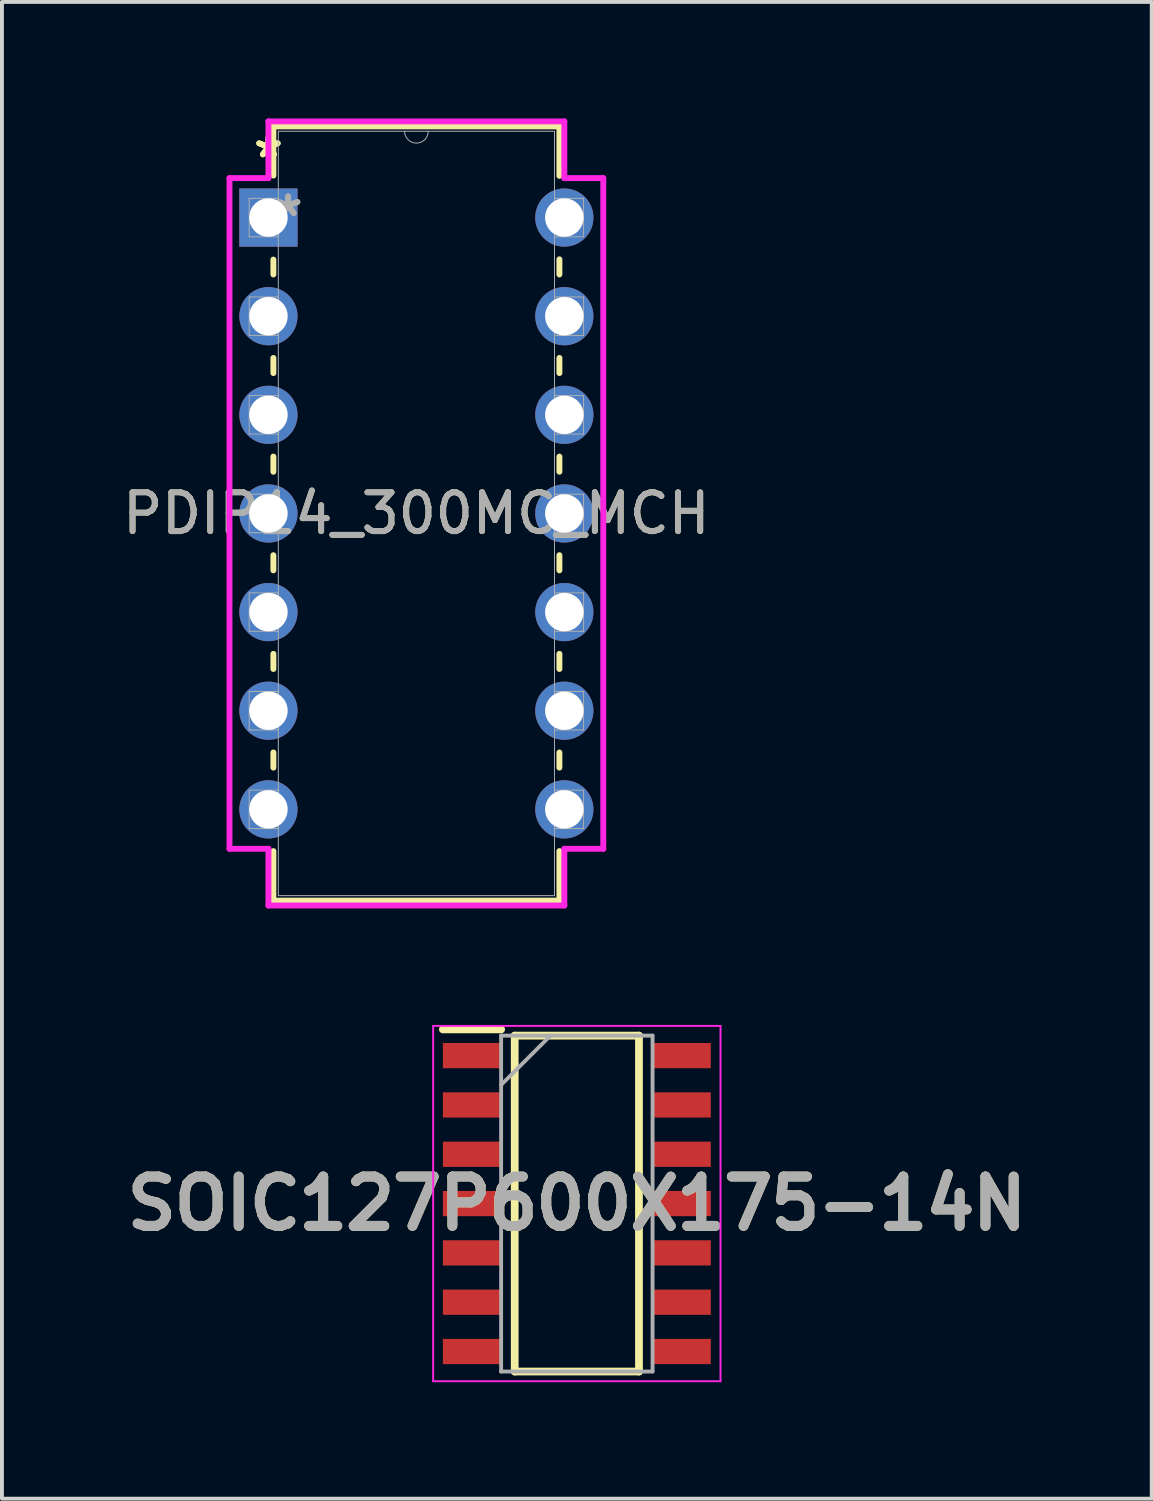
<source format=kicad_pcb>
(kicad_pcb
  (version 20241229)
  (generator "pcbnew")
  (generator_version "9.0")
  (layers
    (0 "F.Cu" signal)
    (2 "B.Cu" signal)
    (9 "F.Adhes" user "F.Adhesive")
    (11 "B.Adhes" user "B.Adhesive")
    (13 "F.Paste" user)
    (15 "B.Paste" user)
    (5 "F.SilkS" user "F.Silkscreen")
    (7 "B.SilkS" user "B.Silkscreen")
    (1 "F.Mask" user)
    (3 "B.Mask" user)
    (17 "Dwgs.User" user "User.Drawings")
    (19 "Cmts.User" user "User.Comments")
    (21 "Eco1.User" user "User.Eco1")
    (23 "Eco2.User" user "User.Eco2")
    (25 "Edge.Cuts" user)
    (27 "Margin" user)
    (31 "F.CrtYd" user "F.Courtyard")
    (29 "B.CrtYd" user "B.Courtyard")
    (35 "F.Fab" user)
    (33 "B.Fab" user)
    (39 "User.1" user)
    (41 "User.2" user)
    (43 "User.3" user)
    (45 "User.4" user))
  (footprint "PDIP14_300MC_MCH"
    (layer "F.Cu")
    (at 3.863 2.553)
    (property "Reference" "PDIP14_300MC_MCH" (at 3.81 7.62 0) (unlocked yes) (layer "F.SilkS") (effects (font (size 1 1) (thickness 0.15))))
    (attr through_hole)
    (fp_line (start 0.127 -2.349) (end 0.127 -1.082) (stroke (width 0.152) (type solid)) (layer "F.SilkS"))
    (fp_line (start 0.127 1.082) (end 0.127 1.465) (stroke (width 0.152) (type solid)) (layer "F.SilkS"))
    (fp_line (start 0.127 3.615) (end 0.127 4.005) (stroke (width 0.152) (type solid)) (layer "F.SilkS"))
    (fp_line (start 0.127 6.155) (end 0.127 6.545) (stroke (width 0.152) (type solid)) (layer "F.SilkS"))
    (fp_line (start 0.127 8.695) (end 0.127 9.085) (stroke (width 0.152) (type solid)) (layer "F.SilkS"))
    (fp_line (start 0.127 11.235) (end 0.127 11.625) (stroke (width 0.152) (type solid)) (layer "F.SilkS"))
    (fp_line (start 0.127 13.775) (end 0.127 14.165) (stroke (width 0.152) (type solid)) (layer "F.SilkS"))
    (fp_line (start 0.127 16.315) (end 0.127 17.59) (stroke (width 0.152) (type solid)) (layer "F.SilkS"))
    (fp_line (start 0.127 17.59) (end 7.493 17.59) (stroke (width 0.152) (type solid)) (layer "F.SilkS"))
    (fp_line (start 7.493 -2.349) (end 0.127 -2.349) (stroke (width 0.152) (type solid)) (layer "F.SilkS"))
    (fp_line (start 7.493 -1.075) (end 7.493 -2.349) (stroke (width 0.152) (type solid)) (layer "F.SilkS"))
    (fp_line (start 7.493 1.465) (end 7.493 1.075) (stroke (width 0.152) (type solid)) (layer "F.SilkS"))
    (fp_line (start 7.493 4.005) (end 7.493 3.615) (stroke (width 0.152) (type solid)) (layer "F.SilkS"))
    (fp_line (start 7.493 6.545) (end 7.493 6.155) (stroke (width 0.152) (type solid)) (layer "F.SilkS"))
    (fp_line (start 7.493 9.085) (end 7.493 8.695) (stroke (width 0.152) (type solid)) (layer "F.SilkS"))
    (fp_line (start 7.493 11.625) (end 7.493 11.235) (stroke (width 0.152) (type solid)) (layer "F.SilkS"))
    (fp_line (start 7.493 14.165) (end 7.493 13.775) (stroke (width 0.152) (type solid)) (layer "F.SilkS"))
    (fp_line (start 7.493 17.59) (end 7.493 16.315) (stroke (width 0.152) (type solid)) (layer "F.SilkS"))
    (fp_line (start -1.003 -1.016) (end 0 -1.016) (stroke (width 0.152) (type solid)) (layer "F.CrtYd"))
    (fp_line (start -1.003 16.256) (end -1.003 -1.016) (stroke (width 0.152) (type solid)) (layer "F.CrtYd"))
    (fp_line (start 0 -2.477) (end 7.62 -2.477) (stroke (width 0.152) (type solid)) (layer "F.CrtYd"))
    (fp_line (start 0 -1.016) (end 0 -2.477) (stroke (width 0.152) (type solid)) (layer "F.CrtYd"))
    (fp_line (start 0 16.256) (end -1.003 16.256) (stroke (width 0.152) (type solid)) (layer "F.CrtYd"))
    (fp_line (start 0 17.716) (end 0 16.256) (stroke (width 0.152) (type solid)) (layer "F.CrtYd"))
    (fp_line (start 7.62 -2.477) (end 7.62 -1.016) (stroke (width 0.152) (type solid)) (layer "F.CrtYd"))
    (fp_line (start 7.62 16.256) (end 7.62 17.716) (stroke (width 0.152) (type solid)) (layer "F.CrtYd"))
    (fp_line (start 7.62 17.716) (end 0 17.716) (stroke (width 0.152) (type solid)) (layer "F.CrtYd"))
    (fp_line (start 8.623 -1.016) (end 7.62 -1.016) (stroke (width 0.152) (type solid)) (layer "F.CrtYd"))
    (fp_line (start 8.623 -1.016) (end 8.623 16.256) (stroke (width 0.152) (type solid)) (layer "F.CrtYd"))
    (fp_line (start 8.623 16.256) (end 7.62 16.256) (stroke (width 0.152) (type solid)) (layer "F.CrtYd"))
    (fp_line (start -0.495 -0.495) (end -0.495 0.495) (stroke (width 0.025) (type solid)) (layer "F.Fab"))
    (fp_line (start -0.495 0.495) (end 0.254 0.495) (stroke (width 0.025) (type solid)) (layer "F.Fab"))
    (fp_line (start -0.495 2.045) (end -0.495 3.035) (stroke (width 0.025) (type solid)) (layer "F.Fab"))
    (fp_line (start -0.495 3.035) (end 0.254 3.035) (stroke (width 0.025) (type solid)) (layer "F.Fab"))
    (fp_line (start -0.495 4.585) (end -0.495 5.575) (stroke (width 0.025) (type solid)) (layer "F.Fab"))
    (fp_line (start -0.495 5.575) (end 0.254 5.575) (stroke (width 0.025) (type solid)) (layer "F.Fab"))
    (fp_line (start -0.495 7.125) (end -0.495 8.115) (stroke (width 0.025) (type solid)) (layer "F.Fab"))
    (fp_line (start -0.495 8.115) (end 0.254 8.115) (stroke (width 0.025) (type solid)) (layer "F.Fab"))
    (fp_line (start -0.495 9.665) (end -0.495 10.655) (stroke (width 0.025) (type solid)) (layer "F.Fab"))
    (fp_line (start -0.495 10.655) (end 0.254 10.655) (stroke (width 0.025) (type solid)) (layer "F.Fab"))
    (fp_line (start -0.495 12.205) (end -0.495 13.195) (stroke (width 0.025) (type solid)) (layer "F.Fab"))
    (fp_line (start -0.495 13.195) (end 0.254 13.195) (stroke (width 0.025) (type solid)) (layer "F.Fab"))
    (fp_line (start -0.495 14.745) (end -0.495 15.735) (stroke (width 0.025) (type solid)) (layer "F.Fab"))
    (fp_line (start -0.495 15.735) (end 0.254 15.735) (stroke (width 0.025) (type solid)) (layer "F.Fab"))
    (fp_line (start 0.254 -2.223) (end 0.254 17.462) (stroke (width 0.025) (type solid)) (layer "F.Fab"))
    (fp_line (start 0.254 -0.495) (end -0.495 -0.495) (stroke (width 0.025) (type solid)) (layer "F.Fab"))
    (fp_line (start 0.254 0.495) (end 0.254 -0.495) (stroke (width 0.025) (type solid)) (layer "F.Fab"))
    (fp_line (start 0.254 2.045) (end -0.495 2.045) (stroke (width 0.025) (type solid)) (layer "F.Fab"))
    (fp_line (start 0.254 3.035) (end 0.254 2.045) (stroke (width 0.025) (type solid)) (layer "F.Fab"))
    (fp_line (start 0.254 4.585) (end -0.495 4.585) (stroke (width 0.025) (type solid)) (layer "F.Fab"))
    (fp_line (start 0.254 5.575) (end 0.254 4.585) (stroke (width 0.025) (type solid)) (layer "F.Fab"))
    (fp_line (start 0.254 7.125) (end -0.495 7.125) (stroke (width 0.025) (type solid)) (layer "F.Fab"))
    (fp_line (start 0.254 8.115) (end 0.254 7.125) (stroke (width 0.025) (type solid)) (layer "F.Fab"))
    (fp_line (start 0.254 9.665) (end -0.495 9.665) (stroke (width 0.025) (type solid)) (layer "F.Fab"))
    (fp_line (start 0.254 10.655) (end 0.254 9.665) (stroke (width 0.025) (type solid)) (layer "F.Fab"))
    (fp_line (start 0.254 12.205) (end -0.495 12.205) (stroke (width 0.025) (type solid)) (layer "F.Fab"))
    (fp_line (start 0.254 13.195) (end 0.254 12.205) (stroke (width 0.025) (type solid)) (layer "F.Fab"))
    (fp_line (start 0.254 14.745) (end -0.495 14.745) (stroke (width 0.025) (type solid)) (layer "F.Fab"))
    (fp_line (start 0.254 15.735) (end 0.254 14.745) (stroke (width 0.025) (type solid)) (layer "F.Fab"))
    (fp_line (start 0.254 17.462) (end 7.366 17.462) (stroke (width 0.025) (type solid)) (layer "F.Fab"))
    (fp_line (start 7.366 -2.223) (end 0.254 -2.223) (stroke (width 0.025) (type solid)) (layer "F.Fab"))
    (fp_line (start 7.366 -0.495) (end 7.366 0.495) (stroke (width 0.025) (type solid)) (layer "F.Fab"))
    (fp_line (start 7.366 0.495) (end 8.115 0.495) (stroke (width 0.025) (type solid)) (layer "F.Fab"))
    (fp_line (start 7.366 2.045) (end 7.366 3.035) (stroke (width 0.025) (type solid)) (layer "F.Fab"))
    (fp_line (start 7.366 3.035) (end 8.115 3.035) (stroke (width 0.025) (type solid)) (layer "F.Fab"))
    (fp_line (start 7.366 4.585) (end 7.366 5.575) (stroke (width 0.025) (type solid)) (layer "F.Fab"))
    (fp_line (start 7.366 5.575) (end 8.115 5.575) (stroke (width 0.025) (type solid)) (layer "F.Fab"))
    (fp_line (start 7.366 7.125) (end 7.366 8.115) (stroke (width 0.025) (type solid)) (layer "F.Fab"))
    (fp_line (start 7.366 8.115) (end 8.115 8.115) (stroke (width 0.025) (type solid)) (layer "F.Fab"))
    (fp_line (start 7.366 9.665) (end 7.366 10.655) (stroke (width 0.025) (type solid)) (layer "F.Fab"))
    (fp_line (start 7.366 10.655) (end 8.115 10.655) (stroke (width 0.025) (type solid)) (layer "F.Fab"))
    (fp_line (start 7.366 12.205) (end 7.366 13.195) (stroke (width 0.025) (type solid)) (layer "F.Fab"))
    (fp_line (start 7.366 13.195) (end 8.115 13.195) (stroke (width 0.025) (type solid)) (layer "F.Fab"))
    (fp_line (start 7.366 14.745) (end 7.366 15.735) (stroke (width 0.025) (type solid)) (layer "F.Fab"))
    (fp_line (start 7.366 15.735) (end 8.115 15.735) (stroke (width 0.025) (type solid)) (layer "F.Fab"))
    (fp_line (start 7.366 17.462) (end 7.366 -2.223) (stroke (width 0.025) (type solid)) (layer "F.Fab"))
    (fp_line (start 8.115 -0.495) (end 7.366 -0.495) (stroke (width 0.025) (type solid)) (layer "F.Fab"))
    (fp_line (start 8.115 0.495) (end 8.115 -0.495) (stroke (width 0.025) (type solid)) (layer "F.Fab"))
    (fp_line (start 8.115 2.045) (end 7.366 2.045) (stroke (width 0.025) (type solid)) (layer "F.Fab"))
    (fp_line (start 8.115 3.035) (end 8.115 2.045) (stroke (width 0.025) (type solid)) (layer "F.Fab"))
    (fp_line (start 8.115 4.585) (end 7.366 4.585) (stroke (width 0.025) (type solid)) (layer "F.Fab"))
    (fp_line (start 8.115 5.575) (end 8.115 4.585) (stroke (width 0.025) (type solid)) (layer "F.Fab"))
    (fp_line (start 8.115 7.125) (end 7.366 7.125) (stroke (width 0.025) (type solid)) (layer "F.Fab"))
    (fp_line (start 8.115 8.115) (end 8.115 7.125) (stroke (width 0.025) (type solid)) (layer "F.Fab"))
    (fp_line (start 8.115 9.665) (end 7.366 9.665) (stroke (width 0.025) (type solid)) (layer "F.Fab"))
    (fp_line (start 8.115 10.655) (end 8.115 9.665) (stroke (width 0.025) (type solid)) (layer "F.Fab"))
    (fp_line (start 8.115 12.205) (end 7.366 12.205) (stroke (width 0.025) (type solid)) (layer "F.Fab"))
    (fp_line (start 8.115 13.195) (end 8.115 12.205) (stroke (width 0.025) (type solid)) (layer "F.Fab"))
    (fp_line (start 8.115 14.745) (end 7.366 14.745) (stroke (width 0.025) (type solid)) (layer "F.Fab"))
    (fp_line (start 8.115 15.735) (end 8.115 14.745) (stroke (width 0.025) (type solid)) (layer "F.Fab"))
    (fp_arc (start 4.1148 -2.2225) (mid 3.81 -1.9177) (end 3.5052 -2.2225) (stroke (width 0.0254) (type solid)) (layer "F.Fab"))
    (fp_text user "*" (at 0 -1.511 0) (layer "F.SilkS") (effects (font (size 1 1) (thickness 0.15))))
    (fp_text user "*" (at 0 -1.511 0) (unlocked yes) (layer "F.SilkS") (effects (font (size 1 1) (thickness 0.15))))
    (fp_text user "*" (at 0.508 0 0) (layer "F.Fab") (effects (font (size 1 1) (thickness 0.15))))
    (fp_text user "${REFERENCE}" (at 3.81 7.62 0) (unlocked yes) (layer "F.Fab") (effects (font (size 1 1) (thickness 0.15))))
    (fp_text user "*" (at 0.508 0 0) (unlocked yes) (layer "F.Fab") (effects (font (size 1 1) (thickness 0.15))))
    (pad "1" thru_hole rect (at 0 0) (size 1.499 1.499) (drill 0.991) (layers "*.Cu" "*.Mask"))
    (pad "2" thru_hole circle (at 0 2.54) (size 1.499 1.499) (drill 0.991) (layers "*.Cu" "*.Mask"))
    (pad "3" thru_hole circle (at 0 5.08) (size 1.499 1.499) (drill 0.991) (layers "*.Cu" "*.Mask"))
    (pad "4" thru_hole circle (at 0 7.62) (size 1.499 1.499) (drill 0.991) (layers "*.Cu" "*.Mask"))
    (pad "5" thru_hole circle (at 0 10.16) (size 1.499 1.499) (drill 0.991) (layers "*.Cu" "*.Mask"))
    (pad "6" thru_hole circle (at 0 12.7) (size 1.499 1.499) (drill 0.991) (layers "*.Cu" "*.Mask"))
    (pad "7" thru_hole circle (at 0 15.24) (size 1.499 1.499) (drill 0.991) (layers "*.Cu" "*.Mask"))
    (pad "8" thru_hole circle (at 7.62 15.24) (size 1.499 1.499) (drill 0.991) (layers "*.Cu" "*.Mask"))
    (pad "9" thru_hole circle (at 7.62 12.7) (size 1.499 1.499) (drill 0.991) (layers "*.Cu" "*.Mask"))
    (pad "10" thru_hole circle (at 7.62 10.16) (size 1.499 1.499) (drill 0.991) (layers "*.Cu" "*.Mask"))
    (pad "11" thru_hole circle (at 7.62 7.62) (size 1.499 1.499) (drill 0.991) (layers "*.Cu" "*.Mask"))
    (pad "12" thru_hole circle (at 7.62 5.08) (size 1.499 1.499) (drill 0.991) (layers "*.Cu" "*.Mask"))
    (pad "13" thru_hole circle (at 7.62 2.54) (size 1.499 1.499) (drill 0.991) (layers "*.Cu" "*.Mask"))
    (pad "14" thru_hole circle (at 7.62 0) (size 1.499 1.499) (drill 0.991) (layers "*.Cu" "*.Mask")))
  (footprint "SOIC127P600X175-14N"
    (layer "F.Cu")
    (at 11.805 27.945)
    (property "Reference" "SOIC127P600X175-14N" (at 0 0 0) (layer "F.SilkS") (effects (font (size 1.27 1.27) (thickness 0.254))))
    (attr smd)
    (fp_line (start -3.45 -4.485) (end -1.95 -4.485) (stroke (width 0.2) (type solid)) (layer "F.SilkS"))
    (fp_line (start -1.6 -4.325) (end 1.6 -4.325) (stroke (width 0.2) (type solid)) (layer "F.SilkS"))
    (fp_line (start -1.6 4.325) (end -1.6 -4.325) (stroke (width 0.2) (type solid)) (layer "F.SilkS"))
    (fp_line (start 1.6 -4.325) (end 1.6 4.325) (stroke (width 0.2) (type solid)) (layer "F.SilkS"))
    (fp_line (start 1.6 4.325) (end -1.6 4.325) (stroke (width 0.2) (type solid)) (layer "F.SilkS"))
    (fp_line (start -3.7 -4.575) (end 3.7 -4.575) (stroke (width 0.05) (type solid)) (layer "F.CrtYd"))
    (fp_line (start -3.7 4.575) (end -3.7 -4.575) (stroke (width 0.05) (type solid)) (layer "F.CrtYd"))
    (fp_line (start 3.7 -4.575) (end 3.7 4.575) (stroke (width 0.05) (type solid)) (layer "F.CrtYd"))
    (fp_line (start 3.7 4.575) (end -3.7 4.575) (stroke (width 0.05) (type solid)) (layer "F.CrtYd"))
    (fp_line (start -1.95 -4.325) (end 1.95 -4.325) (stroke (width 0.1) (type solid)) (layer "F.Fab"))
    (fp_line (start -1.95 -3.055) (end -0.68 -4.325) (stroke (width 0.1) (type solid)) (layer "F.Fab"))
    (fp_line (start -1.95 4.325) (end -1.95 -4.325) (stroke (width 0.1) (type solid)) (layer "F.Fab"))
    (fp_line (start 1.95 -4.325) (end 1.95 4.325) (stroke (width 0.1) (type solid)) (layer "F.Fab"))
    (fp_line (start 1.95 4.325) (end -1.95 4.325) (stroke (width 0.1) (type solid)) (layer "F.Fab"))
    (fp_text user "${REFERENCE}" (at 0 0 0) (layer "F.Fab") (effects (font (size 1.27 1.27) (thickness 0.254))))
    (pad "1" smd rect (at -2.7 -3.81 90) (size 0.65 1.5) (layers "F.Cu" "F.Mask" "F.Paste"))
    (pad "2" smd rect (at -2.7 -2.54 90) (size 0.65 1.5) (layers "F.Cu" "F.Mask" "F.Paste"))
    (pad "3" smd rect (at -2.7 -1.27 90) (size 0.65 1.5) (layers "F.Cu" "F.Mask" "F.Paste"))
    (pad "4" smd rect (at -2.7 0 90) (size 0.65 1.5) (layers "F.Cu" "F.Mask" "F.Paste"))
    (pad "5" smd rect (at -2.7 1.27 90) (size 0.65 1.5) (layers "F.Cu" "F.Mask" "F.Paste"))
    (pad "6" smd rect (at -2.7 2.54 90) (size 0.65 1.5) (layers "F.Cu" "F.Mask" "F.Paste"))
    (pad "7" smd rect (at -2.7 3.81 90) (size 0.65 1.5) (layers "F.Cu" "F.Mask" "F.Paste"))
    (pad "8" smd rect (at 2.7 3.81 90) (size 0.65 1.5) (layers "F.Cu" "F.Mask" "F.Paste"))
    (pad "9" smd rect (at 2.7 2.54 90) (size 0.65 1.5) (layers "F.Cu" "F.Mask" "F.Paste"))
    (pad "10" smd rect (at 2.7 1.27 90) (size 0.65 1.5) (layers "F.Cu" "F.Mask" "F.Paste"))
    (pad "11" smd rect (at 2.7 0 90) (size 0.65 1.5) (layers "F.Cu" "F.Mask" "F.Paste"))
    (pad "12" smd rect (at 2.7 -1.27 90) (size 0.65 1.5) (layers "F.Cu" "F.Mask" "F.Paste"))
    (pad "13" smd rect (at 2.7 -2.54 90) (size 0.65 1.5) (layers "F.Cu" "F.Mask" "F.Paste"))
    (pad "14" smd rect (at 2.7 -3.81 90) (size 0.65 1.5) (layers "F.Cu" "F.Mask" "F.Paste")))
  (gr_rect
    (start -3 -3)
    (end 26.61 35.545)
    (stroke (width 0.1) (type default))
    (fill no)
    (layer "Edge.Cuts")))
</source>
